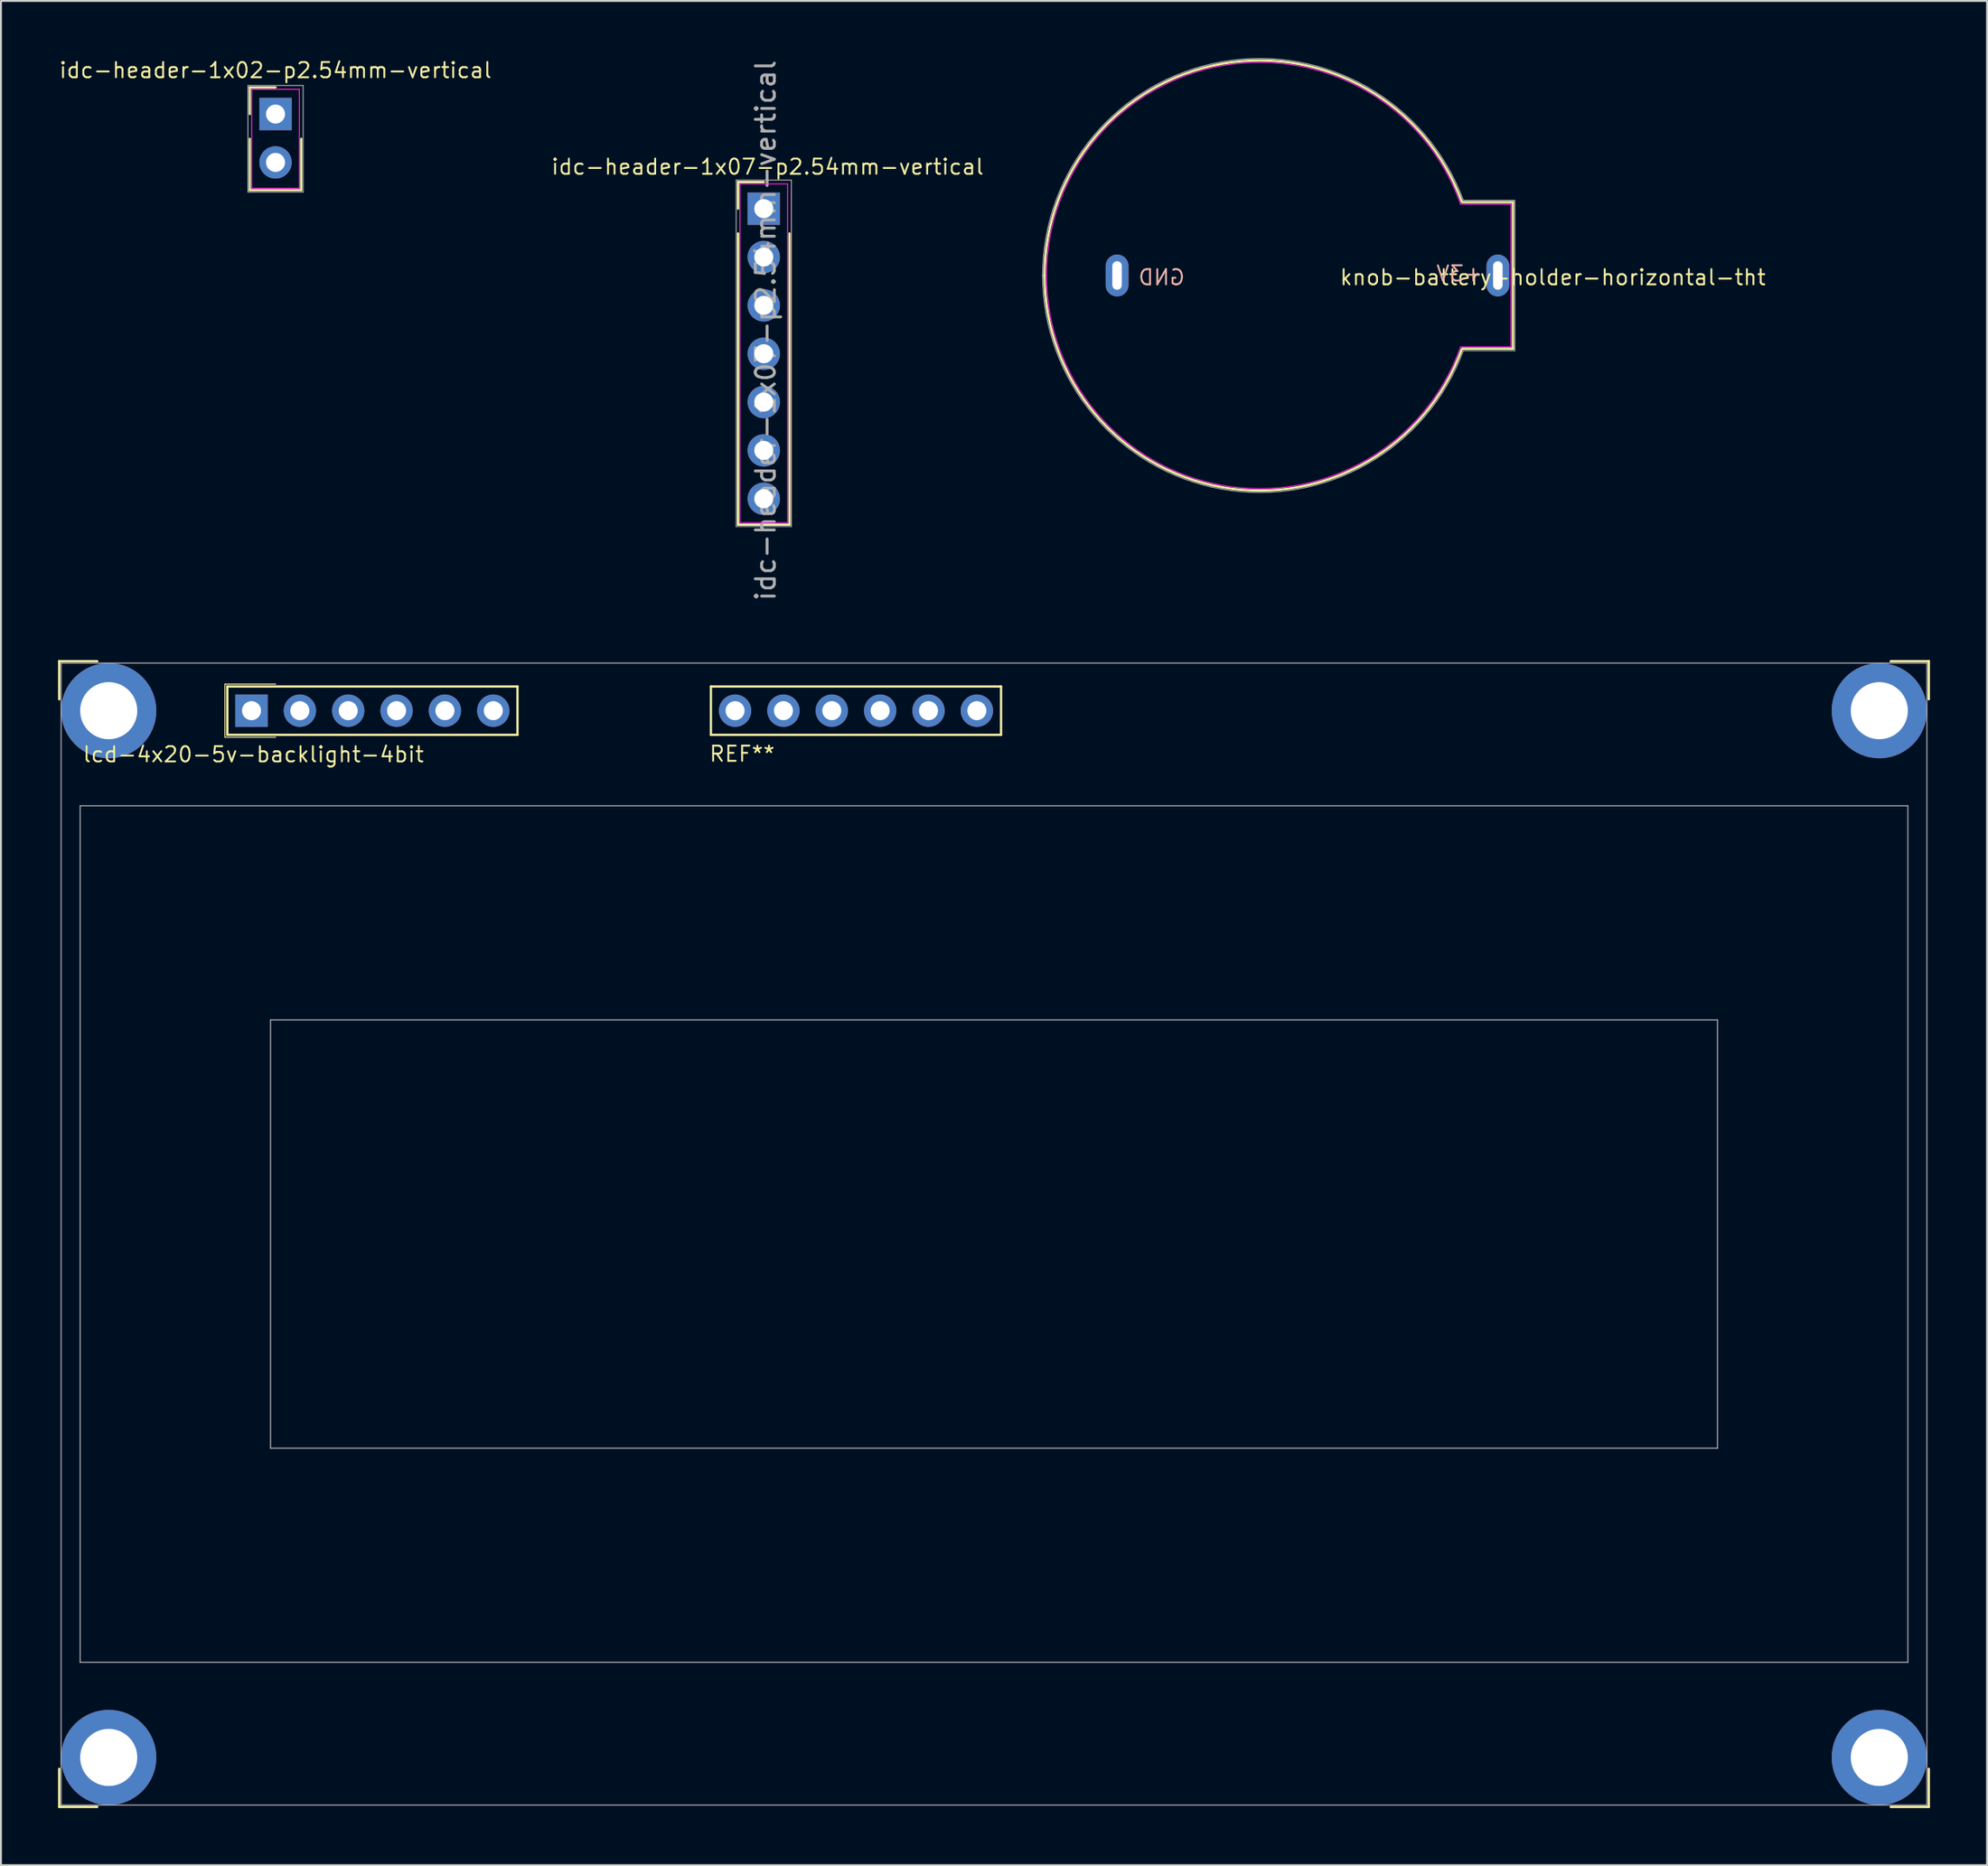
<source format=kicad_pcb>
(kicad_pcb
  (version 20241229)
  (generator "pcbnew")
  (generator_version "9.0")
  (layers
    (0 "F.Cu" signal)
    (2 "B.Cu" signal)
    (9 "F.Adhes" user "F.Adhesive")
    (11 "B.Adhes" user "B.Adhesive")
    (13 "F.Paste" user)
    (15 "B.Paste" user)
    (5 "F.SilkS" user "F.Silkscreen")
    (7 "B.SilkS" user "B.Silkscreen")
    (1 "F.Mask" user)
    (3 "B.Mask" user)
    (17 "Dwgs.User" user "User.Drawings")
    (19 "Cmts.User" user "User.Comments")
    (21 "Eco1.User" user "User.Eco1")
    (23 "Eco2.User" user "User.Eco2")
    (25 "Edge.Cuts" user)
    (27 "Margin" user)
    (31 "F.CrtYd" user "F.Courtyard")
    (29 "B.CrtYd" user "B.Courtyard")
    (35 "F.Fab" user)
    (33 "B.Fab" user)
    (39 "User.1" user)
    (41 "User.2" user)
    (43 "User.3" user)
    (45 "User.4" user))
  (footprint "idc-header-1x07-p2.54mm-vertical"
    (layer "F.Cu")
    (at 37.067 7.915)
    (property "Reference" "idc-header-1x07-p2.54mm-vertical" (at 0.2 -2.2 0) (layer "F.SilkS") (effects (font (size 0.8 0.8) (thickness 0.1))))
    (attr through_hole)
    (fp_line (start -1.35 -1.4) (end 0 -1.4) (stroke (width 0.12) (type solid)) (layer "F.SilkS"))
    (fp_line (start -1.35 0) (end -1.35 -1.4) (stroke (width 0.12) (type solid)) (layer "F.SilkS"))
    (fp_line (start -1.35 1.3) (end -1.35 16.6) (stroke (width 0.12) (type solid)) (layer "F.SilkS"))
    (fp_line (start -1.35 16.6) (end 1.35 16.6) (stroke (width 0.12) (type solid)) (layer "F.SilkS"))
    (fp_line (start 1.35 1.3) (end 1.35 16.6) (stroke (width 0.12) (type solid)) (layer "F.SilkS"))
    (fp_line (start -1.25 -1.3) (end -1.25 16.5) (stroke (width 0.05) (type solid)) (layer "F.CrtYd"))
    (fp_line (start -1.25 16.5) (end 1.25 16.5) (stroke (width 0.05) (type solid)) (layer "F.CrtYd"))
    (fp_line (start 1.25 -1.3) (end -1.25 -1.3) (stroke (width 0.05) (type solid)) (layer "F.CrtYd"))
    (fp_line (start 1.25 16.5) (end 1.25 -1.3) (stroke (width 0.05) (type solid)) (layer "F.CrtYd"))
    (fp_line (start -1.45 -1.5) (end -1.45 16.7) (stroke (width 0.05) (type solid)) (layer "F.Fab"))
    (fp_line (start -1.45 16.7) (end 1.45 16.7) (stroke (width 0.05) (type solid)) (layer "F.Fab"))
    (fp_line (start 1.45 -1.5) (end -1.45 -1.5) (stroke (width 0.05) (type solid)) (layer "F.Fab"))
    (fp_line (start 1.45 16.7) (end 1.45 -1.5) (stroke (width 0.05) (type solid)) (layer "F.Fab"))
    (fp_text user "${REFERENCE}" (at 0.1 6.4 90) (layer "F.Fab") (effects (font (size 1 1) (thickness 0.15))))
    (pad "1" thru_hole rect (at 0 0) (size 1.7 1.7) (drill 1) (layers "*.Cu" "*.Mask"))
    (pad "2" thru_hole oval (at 0 2.54) (size 1.7 1.7) (drill 1) (layers "*.Cu" "*.Mask"))
    (pad "3" thru_hole oval (at 0 5.08) (size 1.7 1.7) (drill 1) (layers "*.Cu" "*.Mask"))
    (pad "4" thru_hole oval (at 0 7.62) (size 1.7 1.7) (drill 1) (layers "*.Cu" "*.Mask"))
    (pad "5" thru_hole oval (at 0 10.16) (size 1.7 1.7) (drill 1) (layers "*.Cu" "*.Mask"))
    (pad "6" thru_hole oval (at 0 12.7) (size 1.7 1.7) (drill 1) (layers "*.Cu" "*.Mask"))
    (pad "7" thru_hole oval (at 0 15.24) (size 1.7 1.7) (drill 1) (layers "*.Cu" "*.Mask")))
  (footprint "knob-battery-holder-horizontal-tht"
    (layer "F.Cu")
    (at 63.115 11.425)
    (property "Reference" "knob-battery-holder-horizontal-tht" (at 15.4 0.1 0) (layer "F.SilkS") (effects (font (size 0.8 0.8) (thickness 0.1))))
    (attr through_hole)
    (fp_line (start 13.3 -3.85) (end 10.65 -3.85) (stroke (width 0.12) (type solid)) (layer "F.SilkS"))
    (fp_line (start 13.3 -3.85) (end 13.3 3.85) (stroke (width 0.12) (type solid)) (layer "F.SilkS"))
    (fp_line (start 13.3 3.85) (end 10.65 3.85) (stroke (width 0.12) (type solid)) (layer "F.SilkS"))
    (fp_arc (start -11.3 0) (mid -1.962225 -11.128328) (end 10.618527 -3.864828) (stroke (width 0.12) (type solid)) (layer "F.SilkS"))
    (fp_arc (start 10.618527 3.864828) (mid -1.962225 11.128328) (end -11.3 0) (stroke (width 0.12) (type solid)) (layer "F.SilkS"))
    (fp_line (start 13.2 -3.75) (end 10.55 -3.75) (stroke (width 0.05) (type solid)) (layer "F.CrtYd"))
    (fp_line (start 13.2 -3.75) (end 13.2 3.75) (stroke (width 0.05) (type solid)) (layer "F.CrtYd"))
    (fp_line (start 13.2 3.75) (end 10.55 3.75) (stroke (width 0.05) (type solid)) (layer "F.CrtYd"))
    (fp_arc (start -11.2 0) (mid -1.906347 -11.036568) (end 10.551043 -3.757058) (stroke (width 0.05) (type solid)) (layer "F.CrtYd"))
    (fp_arc (start 10.551043 3.757058) (mid -1.906347 11.036568) (end -11.2 0) (stroke (width 0.05) (type solid)) (layer "F.CrtYd"))
    (fp_line (start 10.7 -3.95) (end 13.4 -3.95) (stroke (width 0.05) (type solid)) (layer "F.Fab"))
    (fp_line (start 10.7 3.95) (end 13.4 3.95) (stroke (width 0.05) (type solid)) (layer "F.Fab"))
    (fp_line (start 13.4 -3.95) (end 13.4 3.95) (stroke (width 0.05) (type solid)) (layer "F.Fab"))
    (fp_arc (start -11.4 0) (mid -2.008974 -11.221587) (end 10.691934 -3.955066) (stroke (width 0.05) (type solid)) (layer "F.Fab"))
    (fp_arc (start 10.691934 3.955066) (mid -2.008974 11.221587) (end -11.4 0) (stroke (width 0.05) (type solid)) (layer "F.Fab"))
    (fp_text user "+3V" (at 10.5 -0.1 0) (layer "B.SilkS") (effects (font (size 0.8 0.8) (thickness 0.1)) (justify mirror)))
    (fp_text user "GND" (at -5.15 0.1 0) (layer "B.SilkS") (effects (font (size 0.8 0.8) (thickness 0.1)) (justify mirror)))
    (pad "1" thru_hole oval (at 12.51 0) (size 1.2 2.2) (drill oval 0.5 1.5) (layers "*.Cu" "*.Mask"))
    (pad "2" thru_hole oval (at -7.49 0) (size 1.2 2.2) (drill oval 0.5 1.5) (layers "*.Cu" "*.Mask")))
  (footprint "lcd-4x20-5v-backlight-4bit"
    (layer "F.Cu")
    (at 49.16 61.791)
    (property "Reference" "lcd-4x20-5v-backlight-4bit" (at -38.9 -25.2 0) (layer "F.SilkS") (effects (font (size 0.8 0.8) (thickness 0.1))))
    (attr through_hole)
    (fp_line (start -49.1 -30.1) (end -49.1 -28.1) (stroke (width 0.12) (type solid)) (layer "F.SilkS"))
    (fp_line (start -49.1 -30.1) (end -47.1 -30.1) (stroke (width 0.12) (type solid)) (layer "F.SilkS"))
    (fp_line (start -49.1 30.1) (end -49.1 28.1) (stroke (width 0.12) (type solid)) (layer "F.SilkS"))
    (fp_line (start -49.1 30.1) (end -47.1 30.1) (stroke (width 0.12) (type solid)) (layer "F.SilkS"))
    (fp_line (start -40.397 -28.897) (end -37.73 -28.897) (stroke (width 0.05) (type solid)) (layer "F.SilkS"))
    (fp_line (start -40.397 -26.103) (end -40.397 -28.897) (stroke (width 0.05) (type solid)) (layer "F.SilkS"))
    (fp_line (start -40.397 -26.103) (end -37.73 -26.103) (stroke (width 0.05) (type solid)) (layer "F.SilkS"))
    (fp_line (start -40.27 -28.77) (end -25.03 -28.77) (stroke (width 0.12) (type solid)) (layer "F.SilkS"))
    (fp_line (start -40.27 -26.23) (end -40.27 -28.77) (stroke (width 0.12) (type solid)) (layer "F.SilkS"))
    (fp_line (start -25.03 -26.23) (end -40.27 -26.23) (stroke (width 0.12) (type solid)) (layer "F.SilkS"))
    (fp_line (start -25.03 -26.23) (end -25.03 -28.77) (stroke (width 0.12) (type solid)) (layer "F.SilkS"))
    (fp_line (start -14.87 -28.77) (end 0.37 -28.77) (stroke (width 0.12) (type solid)) (layer "F.SilkS"))
    (fp_line (start -14.87 -26.23) (end -14.87 -28.77) (stroke (width 0.12) (type solid)) (layer "F.SilkS"))
    (fp_line (start 0.37 -28.77) (end 0.37 -26.23) (stroke (width 0.12) (type solid)) (layer "F.SilkS"))
    (fp_line (start 0.37 -26.23) (end -14.87 -26.23) (stroke (width 0.12) (type solid)) (layer "F.SilkS"))
    (fp_line (start 49.1 -30.1) (end 47.1 -30.1) (stroke (width 0.12) (type solid)) (layer "F.SilkS"))
    (fp_line (start 49.1 -30.1) (end 49.1 -28.1) (stroke (width 0.12) (type solid)) (layer "F.SilkS"))
    (fp_line (start 49.1 30.1) (end 47.1 30.1) (stroke (width 0.12) (type solid)) (layer "F.SilkS"))
    (fp_line (start 49.1 30.1) (end 49.1 28.1) (stroke (width 0.12) (type solid)) (layer "F.SilkS"))
    (fp_line (start -49 -30) (end 49 -30) (stroke (width 0.05) (type solid)) (layer "Dwgs.User"))
    (fp_line (start -49 30) (end -49 -30) (stroke (width 0.05) (type solid)) (layer "Dwgs.User"))
    (fp_line (start -48 -22.5) (end 48 -22.5) (stroke (width 0.05) (type solid)) (layer "Dwgs.User"))
    (fp_line (start -48 22.5) (end -48 -22.5) (stroke (width 0.05) (type solid)) (layer "Dwgs.User"))
    (fp_line (start -38 -11.25) (end 38 -11.25) (stroke (width 0.05) (type solid)) (layer "Dwgs.User"))
    (fp_line (start -38 11.25) (end -38 -11.25) (stroke (width 0.05) (type solid)) (layer "Dwgs.User"))
    (fp_line (start 38 -11.25) (end 38 11.25) (stroke (width 0.05) (type solid)) (layer "Dwgs.User"))
    (fp_line (start 38 11.25) (end -38 11.25) (stroke (width 0.05) (type solid)) (layer "Dwgs.User"))
    (fp_line (start 48 -22.5) (end 48 22.5) (stroke (width 0.05) (type solid)) (layer "Dwgs.User"))
    (fp_line (start 48 22.5) (end -48 22.5) (stroke (width 0.05) (type solid)) (layer "Dwgs.User"))
    (fp_line (start 49 -30) (end 49 30) (stroke (width 0.05) (type solid)) (layer "Dwgs.User"))
    (fp_line (start 49 30) (end -49 30) (stroke (width 0.05) (type solid)) (layer "Dwgs.User"))
    (fp_text user "REF**" (at -13.23 -25.23 0) (layer "F.SilkS") (effects (font (size 0.8 0.8) (thickness 0.1))))
    (pad "" np_thru_hole oval (at -46.5 -27.5) (size 5 5) (drill 3) (layers "*.Cu" "*.Mask"))
    (pad "" np_thru_hole oval (at -46.5 27.5) (size 5 5) (drill 3) (layers "*.Cu" "*.Mask"))
    (pad "" np_thru_hole oval (at 46.5 -27.5) (size 5 5) (drill 3) (layers "*.Cu" "*.Mask"))
    (pad "" np_thru_hole oval (at 46.5 27.5) (size 5 5) (drill 3) (layers "*.Cu" "*.Mask"))
    (pad "1" thru_hole rect (at -39 -27.5) (size 1.7 1.7) (drill 1) (layers "*.Cu" "*.Mask"))
    (pad "2" thru_hole oval (at -36.46 -27.5) (size 1.7 1.7) (drill 1) (layers "*.Cu" "*.Mask"))
    (pad "3" thru_hole oval (at -33.92 -27.5) (size 1.7 1.7) (drill 1) (layers "*.Cu" "*.Mask"))
    (pad "4" thru_hole oval (at -31.38 -27.5) (size 1.7 1.7) (drill 1) (layers "*.Cu" "*.Mask"))
    (pad "5" thru_hole oval (at -28.84 -27.5) (size 1.7 1.7) (drill 1) (layers "*.Cu" "*.Mask"))
    (pad "6" thru_hole oval (at -26.3 -27.5) (size 1.7 1.7) (drill 1) (layers "*.Cu" "*.Mask"))
    (pad "11" thru_hole oval (at -13.6 -27.5) (size 1.7 1.7) (drill 1) (layers "*.Cu" "*.Mask"))
    (pad "12" thru_hole oval (at -11.06 -27.5) (size 1.7 1.7) (drill 1) (layers "*.Cu" "*.Mask"))
    (pad "13" thru_hole oval (at -8.52 -27.5) (size 1.7 1.7) (drill 1) (layers "*.Cu" "*.Mask"))
    (pad "14" thru_hole oval (at -5.98 -27.5) (size 1.7 1.7) (drill 1) (layers "*.Cu" "*.Mask"))
    (pad "15" thru_hole oval (at -3.44 -27.5) (size 1.7 1.7) (drill 1) (layers "*.Cu" "*.Mask"))
    (pad "16" thru_hole oval (at -0.9 -27.5) (size 1.7 1.7) (drill 1) (layers "*.Cu" "*.Mask")))
  (footprint "idc-header-1x02-p2.54mm-vertical"
    (layer "F.Cu")
    (at 11.422 2.943)
    (property "Reference" "idc-header-1x02-p2.54mm-vertical" (at 0 -2.3 0) (layer "F.SilkS") (effects (font (size 0.8 0.8) (thickness 0.1))))
    (attr through_hole)
    (fp_line (start -1.35 -1.4) (end 0 -1.4) (stroke (width 0.12) (type solid)) (layer "F.SilkS"))
    (fp_line (start -1.35 0) (end -1.35 -1.4) (stroke (width 0.12) (type solid)) (layer "F.SilkS"))
    (fp_line (start -1.35 1.3) (end -1.35 4) (stroke (width 0.12) (type solid)) (layer "F.SilkS"))
    (fp_line (start -1.35 4) (end 1.35 4) (stroke (width 0.12) (type solid)) (layer "F.SilkS"))
    (fp_line (start 1.35 1.3) (end 1.35 4) (stroke (width 0.12) (type solid)) (layer "F.SilkS"))
    (fp_line (start -1.25 -1.3) (end -1.25 3.9) (stroke (width 0.05) (type solid)) (layer "F.CrtYd"))
    (fp_line (start -1.25 3.9) (end 1.25 3.9) (stroke (width 0.05) (type solid)) (layer "F.CrtYd"))
    (fp_line (start 1.25 -1.3) (end -1.25 -1.3) (stroke (width 0.05) (type solid)) (layer "F.CrtYd"))
    (fp_line (start 1.25 3.9) (end 1.25 -1.3) (stroke (width 0.05) (type solid)) (layer "F.CrtYd"))
    (fp_line (start -1.45 -1.5) (end -1.45 4.1) (stroke (width 0.05) (type solid)) (layer "F.Fab"))
    (fp_line (start -1.45 4.1) (end 1.45 4.1) (stroke (width 0.05) (type solid)) (layer "F.Fab"))
    (fp_line (start 1.45 -1.5) (end -1.45 -1.5) (stroke (width 0.05) (type solid)) (layer "F.Fab"))
    (fp_line (start 1.45 4.1) (end 1.45 -1.5) (stroke (width 0.05) (type solid)) (layer "F.Fab"))
    (pad "1" thru_hole rect (at 0 0) (size 1.7 1.7) (drill 1) (layers "*.Cu" "*.Mask"))
    (pad "2" thru_hole oval (at 0 2.54) (size 1.7 1.7) (drill 1) (layers "*.Cu" "*.Mask")))
  (gr_rect
    (start -3 -3)
    (end 101.32 94.951)
    (stroke (width 0.1) (type default))
    (fill no)
    (layer "Edge.Cuts")))
</source>
